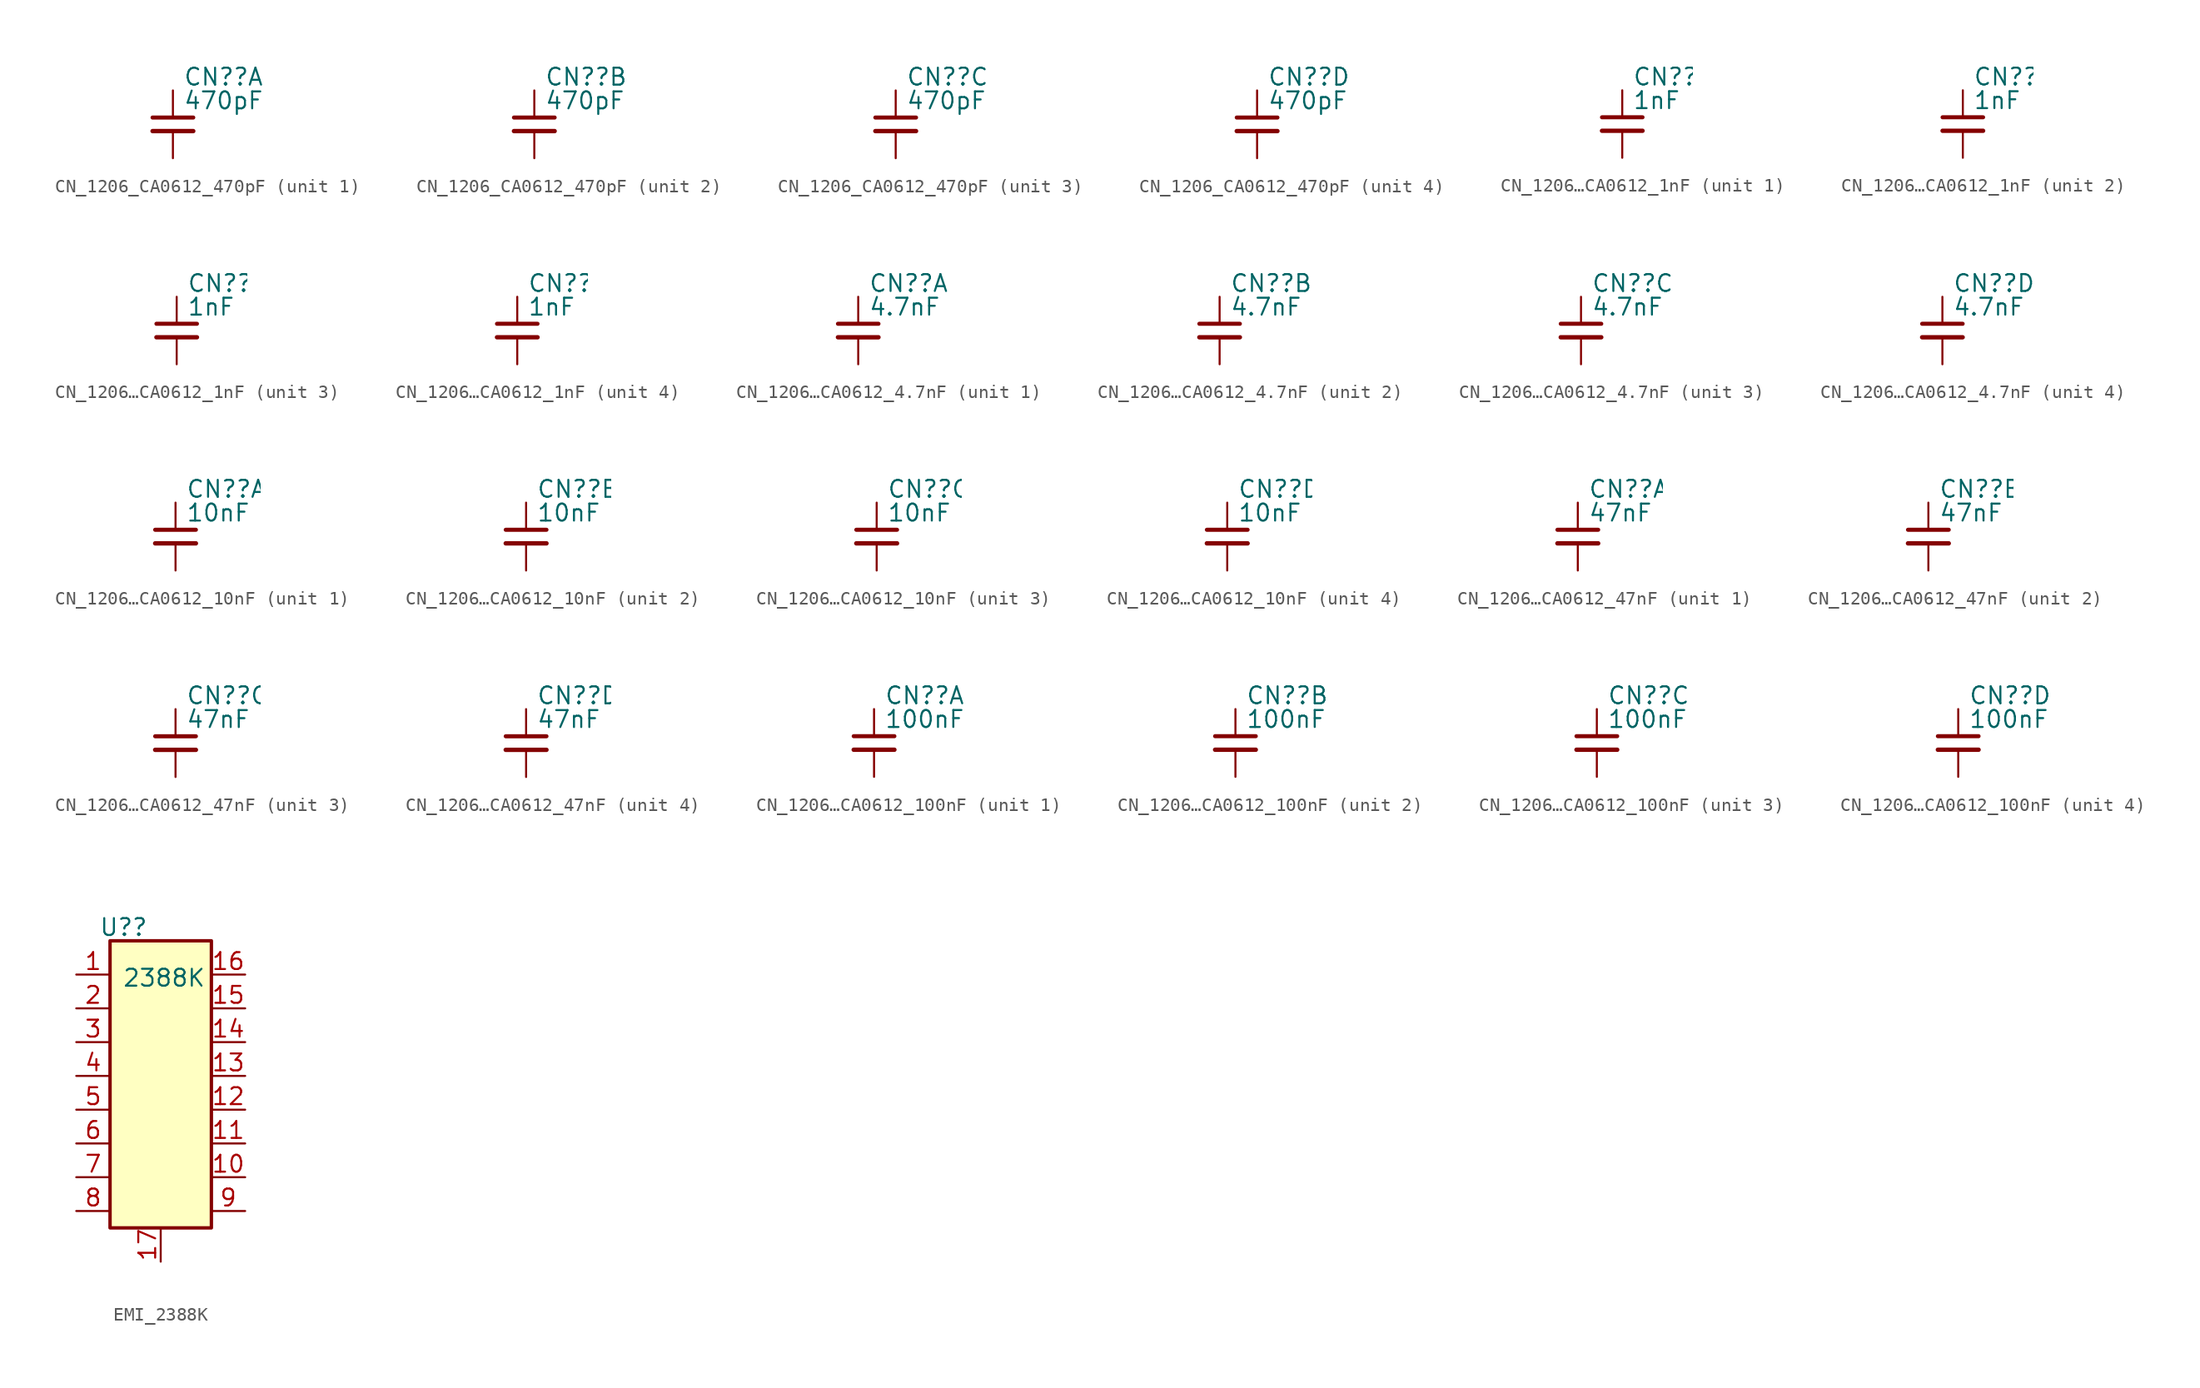
<source format=kicad_sym>
(kicad_symbol_lib
  (version 20231120)
  (generator "kicad_symbol_editor")
  (generator_version "8.0")
  (symbol "CN_1206_CA0612_470pF"
    (pin_numbers hide)
    (pin_names
      (offset 1.016) hide)
    (property "Reference" "CN?"
      (at 0.762 3.556 0)
      (effects (font (size 1.27 1.27)) (justify left)))
    (property "Value" "470pF"
      (at 0.762 1.778 0)
      (effects (font (size 1.27 1.27)) (justify left)))
    (symbol "CN_1206_CA0612_470pF_0_1"
      (polyline (pts (xy -1.524 -0.508) (xy 1.524 -0.508)) (stroke (width 0.33) (type default)) (fill (type none)))
      (polyline (pts (xy -1.524 0.508) (xy 1.524 0.508)) (stroke (width 0.305) (type default)) (fill (type none))))
    (symbol "CN_1206_CA0612_470pF_1_1"
      (pin passive line (at 0 2.54 270) (length 2.032) (name "~" (effects (font (size 1.27 1.27)))) (number "1" (effects (font (size 1.27 1.27)))))
      (pin passive line (at 0 -2.54 90) (length 2.032) (name "~" (effects (font (size 1.27 1.27)))) (number "8" (effects (font (size 1.27 1.27))))))
    (symbol "CN_1206_CA0612_470pF_2_1"
      (pin passive line (at 0 2.54 270) (length 2.032) (name "~" (effects (font (size 1.27 1.27)))) (number "2" (effects (font (size 1.27 1.27)))))
      (pin passive line (at 0 -2.54 90) (length 2.032) (name "~" (effects (font (size 1.27 1.27)))) (number "7" (effects (font (size 1.27 1.27))))))
    (symbol "CN_1206_CA0612_470pF_3_1"
      (pin passive line (at 0 2.54 270) (length 2.032) (name "~" (effects (font (size 1.27 1.27)))) (number "3" (effects (font (size 1.27 1.27)))))
      (pin passive line (at 0 -2.54 90) (length 2.032) (name "~" (effects (font (size 1.27 1.27)))) (number "6" (effects (font (size 1.27 1.27))))))
    (symbol "CN_1206_CA0612_470pF_4_1"
      (pin passive line (at 0 2.54 270) (length 2.032) (name "~" (effects (font (size 1.27 1.27)))) (number "4" (effects (font (size 1.27 1.27)))))
      (pin passive line (at 0 -2.54 90) (length 2.032) (name "~" (effects (font (size 1.27 1.27)))) (number "5" (effects (font (size 1.27 1.27)))))))
  (symbol "CN_1206…CA0612_1nF"
    (pin_numbers hide)
    (pin_names
      (offset 1.016) hide)
    (property "Reference" "CN?"
      (at 0.762 3.556 0)
      (effects (font (size 1.27 1.27)) (justify left)))
    (property "Value" "1nF"
      (at 0.762 1.778 0)
      (effects (font (size 1.27 1.27)) (justify left)))
    (symbol "CN_1206…CA0612_1nF_0_1"
      (polyline (pts (xy -1.524 -0.508) (xy 1.524 -0.508)) (stroke (width 0.33) (type default)) (fill (type none)))
      (polyline (pts (xy -1.524 0.508) (xy 1.524 0.508)) (stroke (width 0.305) (type default)) (fill (type none))))
    (symbol "CN_1206…CA0612_1nF_1_1"
      (pin passive line (at 0 2.54 270) (length 2.032) (name "~" (effects (font (size 1.27 1.27)))) (number "1" (effects (font (size 1.27 1.27)))))
      (pin passive line (at 0 -2.54 90) (length 2.032) (name "~" (effects (font (size 1.27 1.27)))) (number "8" (effects (font (size 1.27 1.27))))))
    (symbol "CN_1206…CA0612_1nF_2_1"
      (pin passive line (at 0 2.54 270) (length 2.032) (name "~" (effects (font (size 1.27 1.27)))) (number "2" (effects (font (size 1.27 1.27)))))
      (pin passive line (at 0 -2.54 90) (length 2.032) (name "~" (effects (font (size 1.27 1.27)))) (number "7" (effects (font (size 1.27 1.27))))))
    (symbol "CN_1206…CA0612_1nF_3_1"
      (pin passive line (at 0 2.54 270) (length 2.032) (name "~" (effects (font (size 1.27 1.27)))) (number "3" (effects (font (size 1.27 1.27)))))
      (pin passive line (at 0 -2.54 90) (length 2.032) (name "~" (effects (font (size 1.27 1.27)))) (number "6" (effects (font (size 1.27 1.27))))))
    (symbol "CN_1206…CA0612_1nF_4_1"
      (pin passive line (at 0 2.54 270) (length 2.032) (name "~" (effects (font (size 1.27 1.27)))) (number "4" (effects (font (size 1.27 1.27)))))
      (pin passive line (at 0 -2.54 90) (length 2.032) (name "~" (effects (font (size 1.27 1.27)))) (number "5" (effects (font (size 1.27 1.27)))))))
  (symbol "CN_1206…CA0612_4.7nF"
    (pin_numbers hide)
    (pin_names
      (offset 1.016) hide)
    (property "Reference" "CN?"
      (at 0.762 3.556 0)
      (effects (font (size 1.27 1.27)) (justify left)))
    (property "Value" "4.7nF"
      (at 0.762 1.778 0)
      (effects (font (size 1.27 1.27)) (justify left)))
    (symbol "CN_1206…CA0612_4.7nF_0_1"
      (polyline (pts (xy -1.524 -0.508) (xy 1.524 -0.508)) (stroke (width 0.33) (type default)) (fill (type none)))
      (polyline (pts (xy -1.524 0.508) (xy 1.524 0.508)) (stroke (width 0.305) (type default)) (fill (type none))))
    (symbol "CN_1206…CA0612_4.7nF_1_1"
      (pin passive line (at 0 2.54 270) (length 2.032) (name "~" (effects (font (size 1.27 1.27)))) (number "1" (effects (font (size 1.27 1.27)))))
      (pin passive line (at 0 -2.54 90) (length 2.032) (name "~" (effects (font (size 1.27 1.27)))) (number "8" (effects (font (size 1.27 1.27))))))
    (symbol "CN_1206…CA0612_4.7nF_2_1"
      (pin passive line (at 0 2.54 270) (length 2.032) (name "~" (effects (font (size 1.27 1.27)))) (number "2" (effects (font (size 1.27 1.27)))))
      (pin passive line (at 0 -2.54 90) (length 2.032) (name "~" (effects (font (size 1.27 1.27)))) (number "7" (effects (font (size 1.27 1.27))))))
    (symbol "CN_1206…CA0612_4.7nF_3_1"
      (pin passive line (at 0 2.54 270) (length 2.032) (name "~" (effects (font (size 1.27 1.27)))) (number "3" (effects (font (size 1.27 1.27)))))
      (pin passive line (at 0 -2.54 90) (length 2.032) (name "~" (effects (font (size 1.27 1.27)))) (number "6" (effects (font (size 1.27 1.27))))))
    (symbol "CN_1206…CA0612_4.7nF_4_1"
      (pin passive line (at 0 2.54 270) (length 2.032) (name "~" (effects (font (size 1.27 1.27)))) (number "4" (effects (font (size 1.27 1.27)))))
      (pin passive line (at 0 -2.54 90) (length 2.032) (name "~" (effects (font (size 1.27 1.27)))) (number "5" (effects (font (size 1.27 1.27)))))))
  (symbol "CN_1206…CA0612_10nF"
    (pin_numbers hide)
    (pin_names
      (offset 1.016) hide)
    (property "Reference" "CN?"
      (at 0.762 3.556 0)
      (effects (font (size 1.27 1.27)) (justify left)))
    (property "Value" "10nF"
      (at 0.762 1.778 0)
      (effects (font (size 1.27 1.27)) (justify left)))
    (symbol "CN_1206…CA0612_10nF_0_1"
      (polyline (pts (xy -1.524 -0.508) (xy 1.524 -0.508)) (stroke (width 0.33) (type default)) (fill (type none)))
      (polyline (pts (xy -1.524 0.508) (xy 1.524 0.508)) (stroke (width 0.305) (type default)) (fill (type none))))
    (symbol "CN_1206…CA0612_10nF_1_1"
      (pin passive line (at 0 2.54 270) (length 2.032) (name "~" (effects (font (size 1.27 1.27)))) (number "1" (effects (font (size 1.27 1.27)))))
      (pin passive line (at 0 -2.54 90) (length 2.032) (name "~" (effects (font (size 1.27 1.27)))) (number "8" (effects (font (size 1.27 1.27))))))
    (symbol "CN_1206…CA0612_10nF_2_1"
      (pin passive line (at 0 2.54 270) (length 2.032) (name "~" (effects (font (size 1.27 1.27)))) (number "2" (effects (font (size 1.27 1.27)))))
      (pin passive line (at 0 -2.54 90) (length 2.032) (name "~" (effects (font (size 1.27 1.27)))) (number "7" (effects (font (size 1.27 1.27))))))
    (symbol "CN_1206…CA0612_10nF_3_1"
      (pin passive line (at 0 2.54 270) (length 2.032) (name "~" (effects (font (size 1.27 1.27)))) (number "3" (effects (font (size 1.27 1.27)))))
      (pin passive line (at 0 -2.54 90) (length 2.032) (name "~" (effects (font (size 1.27 1.27)))) (number "6" (effects (font (size 1.27 1.27))))))
    (symbol "CN_1206…CA0612_10nF_4_1"
      (pin passive line (at 0 2.54 270) (length 2.032) (name "~" (effects (font (size 1.27 1.27)))) (number "4" (effects (font (size 1.27 1.27)))))
      (pin passive line (at 0 -2.54 90) (length 2.032) (name "~" (effects (font (size 1.27 1.27)))) (number "5" (effects (font (size 1.27 1.27)))))))
  (symbol "CN_1206…CA0612_47nF"
    (pin_numbers hide)
    (pin_names
      (offset 1.016) hide)
    (property "Reference" "CN?"
      (at 0.762 3.556 0)
      (effects (font (size 1.27 1.27)) (justify left)))
    (property "Value" "47nF"
      (at 0.762 1.778 0)
      (effects (font (size 1.27 1.27)) (justify left)))
    (symbol "CN_1206…CA0612_47nF_0_1"
      (polyline (pts (xy -1.524 -0.508) (xy 1.524 -0.508)) (stroke (width 0.33) (type default)) (fill (type none)))
      (polyline (pts (xy -1.524 0.508) (xy 1.524 0.508)) (stroke (width 0.305) (type default)) (fill (type none))))
    (symbol "CN_1206…CA0612_47nF_1_1"
      (pin passive line (at 0 2.54 270) (length 2.032) (name "~" (effects (font (size 1.27 1.27)))) (number "1" (effects (font (size 1.27 1.27)))))
      (pin passive line (at 0 -2.54 90) (length 2.032) (name "~" (effects (font (size 1.27 1.27)))) (number "8" (effects (font (size 1.27 1.27))))))
    (symbol "CN_1206…CA0612_47nF_2_1"
      (pin passive line (at 0 2.54 270) (length 2.032) (name "~" (effects (font (size 1.27 1.27)))) (number "2" (effects (font (size 1.27 1.27)))))
      (pin passive line (at 0 -2.54 90) (length 2.032) (name "~" (effects (font (size 1.27 1.27)))) (number "7" (effects (font (size 1.27 1.27))))))
    (symbol "CN_1206…CA0612_47nF_3_1"
      (pin passive line (at 0 2.54 270) (length 2.032) (name "~" (effects (font (size 1.27 1.27)))) (number "3" (effects (font (size 1.27 1.27)))))
      (pin passive line (at 0 -2.54 90) (length 2.032) (name "~" (effects (font (size 1.27 1.27)))) (number "6" (effects (font (size 1.27 1.27))))))
    (symbol "CN_1206…CA0612_47nF_4_1"
      (pin passive line (at 0 2.54 270) (length 2.032) (name "~" (effects (font (size 1.27 1.27)))) (number "4" (effects (font (size 1.27 1.27)))))
      (pin passive line (at 0 -2.54 90) (length 2.032) (name "~" (effects (font (size 1.27 1.27)))) (number "5" (effects (font (size 1.27 1.27)))))))
  (symbol "CN_1206…CA0612_100nF"
    (pin_numbers hide)
    (pin_names
      (offset 1.016) hide)
    (property "Reference" "CN?"
      (at 0.762 3.556 0)
      (effects (font (size 1.27 1.27)) (justify left)))
    (property "Value" "100nF"
      (at 0.762 1.778 0)
      (effects (font (size 1.27 1.27)) (justify left)))
    (symbol "CN_1206…CA0612_100nF_0_1"
      (polyline (pts (xy -1.524 -0.508) (xy 1.524 -0.508)) (stroke (width 0.33) (type default)) (fill (type none)))
      (polyline (pts (xy -1.524 0.508) (xy 1.524 0.508)) (stroke (width 0.305) (type default)) (fill (type none))))
    (symbol "CN_1206…CA0612_100nF_1_1"
      (pin passive line (at 0 2.54 270) (length 2.032) (name "~" (effects (font (size 1.27 1.27)))) (number "1" (effects (font (size 1.27 1.27)))))
      (pin passive line (at 0 -2.54 90) (length 2.032) (name "~" (effects (font (size 1.27 1.27)))) (number "8" (effects (font (size 1.27 1.27))))))
    (symbol "CN_1206…CA0612_100nF_2_1"
      (pin passive line (at 0 2.54 270) (length 2.032) (name "~" (effects (font (size 1.27 1.27)))) (number "2" (effects (font (size 1.27 1.27)))))
      (pin passive line (at 0 -2.54 90) (length 2.032) (name "~" (effects (font (size 1.27 1.27)))) (number "7" (effects (font (size 1.27 1.27))))))
    (symbol "CN_1206…CA0612_100nF_3_1"
      (pin passive line (at 0 2.54 270) (length 2.032) (name "~" (effects (font (size 1.27 1.27)))) (number "3" (effects (font (size 1.27 1.27)))))
      (pin passive line (at 0 -2.54 90) (length 2.032) (name "~" (effects (font (size 1.27 1.27)))) (number "6" (effects (font (size 1.27 1.27))))))
    (symbol "CN_1206…CA0612_100nF_4_1"
      (pin passive line (at 0 2.54 270) (length 2.032) (name "~" (effects (font (size 1.27 1.27)))) (number "4" (effects (font (size 1.27 1.27)))))
      (pin passive line (at 0 -2.54 90) (length 2.032) (name "~" (effects (font (size 1.27 1.27)))) (number "5" (effects (font (size 1.27 1.27)))))))
  (symbol "EMI_2388K"
    (property "Reference" "U?"
      (at -2.794 3.556 0)
      (effects (font (size 1.27 1.27))))
    (property "Value" "2388K"
      (at 0.254 -0.254 0)
      (effects (font (size 1.27 1.27))))
    (symbol "EMI_2388K_0_1"
      (rectangle (start -3.81 2.54) (end 3.81 -19.05) (stroke (width 0.254) (type default)) (fill (type background))))
    (symbol "EMI_2388K_1_1"
      (pin passive line (at -6.35 0 0) (length 2.54) (name "" (effects (font (size 1.27 1.27)))) (number "1" (effects (font (size 1.27 1.27)))))
      (pin passive line (at 6.35 -15.24 180) (length 2.54) (name "" (effects (font (size 1.27 1.27)))) (number "10" (effects (font (size 1.27 1.27)))))
      (pin passive line (at 6.35 -12.7 180) (length 2.54) (name "" (effects (font (size 1.27 1.27)))) (number "11" (effects (font (size 1.27 1.27)))))
      (pin passive line (at 6.35 -10.16 180) (length 2.54) (name "" (effects (font (size 1.27 1.27)))) (number "12" (effects (font (size 1.27 1.27)))))
      (pin passive line (at 6.35 -7.62 180) (length 2.54) (name "" (effects (font (size 1.27 1.27)))) (number "13" (effects (font (size 1.27 1.27)))))
      (pin passive line (at 6.35 -5.08 180) (length 2.54) (name "" (effects (font (size 1.27 1.27)))) (number "14" (effects (font (size 1.27 1.27)))))
      (pin passive line (at 6.35 -2.54 180) (length 2.54) (name "" (effects (font (size 1.27 1.27)))) (number "15" (effects (font (size 1.27 1.27)))))
      (pin passive line (at 6.35 0 180) (length 2.54) (name "" (effects (font (size 1.27 1.27)))) (number "16" (effects (font (size 1.27 1.27)))))
      (pin power_in line (at 0 -21.59 90) (length 2.54) (name "" (effects (font (size 1.27 1.27)))) (number "17" (effects (font (size 1.27 1.27)))))
      (pin passive line (at -6.35 -2.54 0) (length 2.54) (name "" (effects (font (size 1.27 1.27)))) (number "2" (effects (font (size 1.27 1.27)))))
      (pin passive line (at -6.35 -5.08 0) (length 2.54) (name "" (effects (font (size 1.27 1.27)))) (number "3" (effects (font (size 1.27 1.27)))))
      (pin passive line (at -6.35 -7.62 0) (length 2.54) (name "" (effects (font (size 1.27 1.27)))) (number "4" (effects (font (size 1.27 1.27)))))
      (pin passive line (at -6.35 -10.16 0) (length 2.54) (name "" (effects (font (size 1.27 1.27)))) (number "5" (effects (font (size 1.27 1.27)))))
      (pin passive line (at -6.35 -12.7 0) (length 2.54) (name "" (effects (font (size 1.27 1.27)))) (number "6" (effects (font (size 1.27 1.27)))))
      (pin passive line (at -6.35 -15.24 0) (length 2.54) (name "" (effects (font (size 1.27 1.27)))) (number "7" (effects (font (size 1.27 1.27)))))
      (pin passive line (at -6.35 -17.78 0) (length 2.54) (name "" (effects (font (size 1.27 1.27)))) (number "8" (effects (font (size 1.27 1.27)))))
      (pin passive line (at 6.35 -17.78 180) (length 2.54) (name "" (effects (font (size 1.27 1.27)))) (number "9" (effects (font (size 1.27 1.27))))))))
</source>
